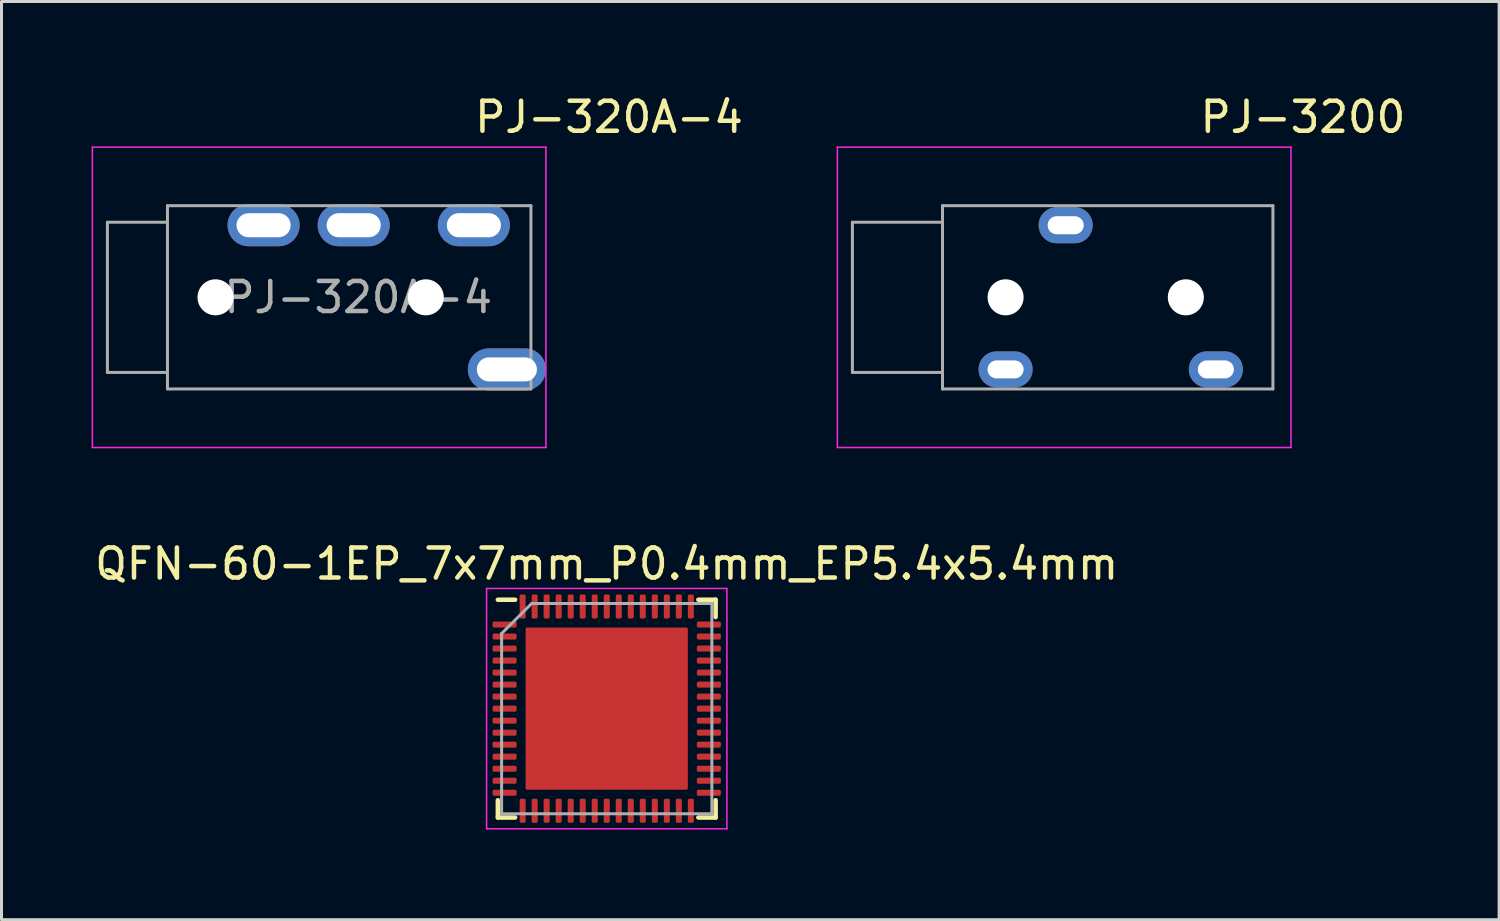
<source format=kicad_pcb>
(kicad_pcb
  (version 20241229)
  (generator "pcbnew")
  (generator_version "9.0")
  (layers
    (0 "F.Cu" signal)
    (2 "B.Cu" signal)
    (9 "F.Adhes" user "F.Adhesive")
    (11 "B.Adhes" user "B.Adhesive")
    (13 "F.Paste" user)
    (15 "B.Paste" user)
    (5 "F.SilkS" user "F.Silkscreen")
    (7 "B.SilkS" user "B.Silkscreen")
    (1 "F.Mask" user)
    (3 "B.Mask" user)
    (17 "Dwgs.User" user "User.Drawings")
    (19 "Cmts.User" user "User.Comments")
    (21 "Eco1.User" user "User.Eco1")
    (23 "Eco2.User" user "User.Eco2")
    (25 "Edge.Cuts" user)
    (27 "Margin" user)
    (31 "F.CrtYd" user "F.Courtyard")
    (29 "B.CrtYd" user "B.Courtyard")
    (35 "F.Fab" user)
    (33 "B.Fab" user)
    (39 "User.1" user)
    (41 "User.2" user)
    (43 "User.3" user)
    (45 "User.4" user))
  (footprint "PJ-320A-4"
    (layer "F.Cu")
    (at 8.875 6.848)
    (property "Reference" "PJ-320A-4" (at 8.35 -6 0) (unlocked yes) (layer "F.SilkS") (effects (font (size 1 1) (thickness 0.15))))
    (attr smd)
    (fp_line (start -8.85 -5) (end -8.85 5) (stroke (width 0.05) (type solid)) (layer "F.CrtYd"))
    (fp_line (start -8.85 5) (end 6.25 5) (stroke (width 0.05) (type solid)) (layer "F.CrtYd"))
    (fp_line (start 6.25 -5) (end -8.85 -5) (stroke (width 0.05) (type solid)) (layer "F.CrtYd"))
    (fp_line (start 6.25 5) (end 6.25 -5) (stroke (width 0.05) (type solid)) (layer "F.CrtYd"))
    (fp_line (start -8.35 -2.5) (end -6.35 -2.5) (stroke (width 0.1) (type solid)) (layer "F.Fab"))
    (fp_line (start -8.35 2.5) (end -8.35 -2.5) (stroke (width 0.1) (type solid)) (layer "F.Fab"))
    (fp_line (start -6.35 -3.05) (end 5.75 -3.05) (stroke (width 0.1) (type solid)) (layer "F.Fab"))
    (fp_line (start -6.35 2.5) (end -8.35 2.5) (stroke (width 0.1) (type solid)) (layer "F.Fab"))
    (fp_line (start -6.35 3.05) (end -6.35 -3.05) (stroke (width 0.1) (type solid)) (layer "F.Fab"))
    (fp_line (start 5.75 -3.05) (end 5.75 3.05) (stroke (width 0.1) (type solid)) (layer "F.Fab"))
    (fp_line (start 5.75 3.05) (end -6.35 3.05) (stroke (width 0.1) (type solid)) (layer "F.Fab"))
    (fp_text user "${REFERENCE}" (at 0 0 0) (unlocked yes) (layer "F.Fab") (effects (font (size 1 1) (thickness 0.15))))
    (pad "" np_thru_hole circle (at -4.75 0) (size 1.2 1.2) (drill 1.2) (layers "*.Cu" "*.Mask"))
    (pad "" np_thru_hole circle (at 2.25 0) (size 1.2 1.2) (drill 1.2) (layers "*.Cu" "*.Mask"))
    (pad "R1" thru_hole oval (at -0.15 -2.4) (size 2.4 1.4) (drill oval 1.8 0.8) (layers "*.Cu" "*.Mask"))
    (pad "R2" thru_hole oval (at -3.15 -2.4) (size 2.4 1.4) (drill oval 1.8 0.8) (layers "*.Cu" "*.Mask"))
    (pad "S" thru_hole oval (at 4.95 2.4) (size 2.6 1.4) (drill oval 2 0.8) (layers "*.Cu" "*.Mask"))
    (pad "T" thru_hole oval (at 3.85 -2.4) (size 2.4 1.4) (drill oval 1.8 0.8) (layers "*.Cu" "*.Mask")))
  (footprint "QFN-60-1EP_7x7mm_P0.4mm_EP5.4x5.4mm"
    (layer "F.Cu")
    (at 17.149 20.541)
    (property "Reference" "QFN-60-1EP_7x7mm_P0.4mm_EP5.4x5.4mm" (at 0 -4.82 0) (layer "F.SilkS") (effects (font (size 1 1) (thickness 0.15))))
    (attr smd)
    (fp_line (start -3.625 3.625) (end -3.625 3.05) (stroke (width 0.15) (type solid)) (layer "F.SilkS"))
    (fp_line (start -3.05 -3.625) (end -3.625 -3.625) (stroke (width 0.15) (type solid)) (layer "F.SilkS"))
    (fp_line (start -3.05 3.625) (end -3.625 3.625) (stroke (width 0.15) (type solid)) (layer "F.SilkS"))
    (fp_line (start 3.05 -3.625) (end 3.625 -3.625) (stroke (width 0.15) (type solid)) (layer "F.SilkS"))
    (fp_line (start 3.05 3.625) (end 3.625 3.625) (stroke (width 0.15) (type solid)) (layer "F.SilkS"))
    (fp_line (start 3.625 -3.625) (end 3.625 -3.05) (stroke (width 0.15) (type solid)) (layer "F.SilkS"))
    (fp_line (start 3.625 3.625) (end 3.625 3.05) (stroke (width 0.15) (type solid)) (layer "F.SilkS"))
    (fp_line (start -4 -4) (end -4 4) (stroke (width 0.05) (type solid)) (layer "F.CrtYd"))
    (fp_line (start -4 4) (end 4 4) (stroke (width 0.05) (type solid)) (layer "F.CrtYd"))
    (fp_line (start 4 -4) (end -4 -4) (stroke (width 0.05) (type solid)) (layer "F.CrtYd"))
    (fp_line (start 4 4) (end 4 -4) (stroke (width 0.05) (type solid)) (layer "F.CrtYd"))
    (fp_line (start -3.5 -2.5) (end -2.5 -3.5) (stroke (width 0.1) (type solid)) (layer "F.Fab"))
    (fp_line (start -3.5 3.5) (end -3.5 -2.5) (stroke (width 0.1) (type solid)) (layer "F.Fab"))
    (fp_line (start -2.5 -3.5) (end 3.5 -3.5) (stroke (width 0.1) (type solid)) (layer "F.Fab"))
    (fp_line (start 3.5 -3.5) (end 3.5 3.5) (stroke (width 0.1) (type solid)) (layer "F.Fab"))
    (fp_line (start 3.5 3.5) (end -3.5 3.5) (stroke (width 0.1) (type solid)) (layer "F.Fab"))
    (pad "" smd roundrect (at -1.8 -1.8) (size 1.5 1.5) (layers "F.Paste") (roundrect_rratio 0.2))
    (pad "" smd roundrect (at -1.8 0) (size 1.5 1.5) (layers "F.Paste") (roundrect_rratio 0.2))
    (pad "" smd roundrect (at -1.8 1.8) (size 1.5 1.5) (layers "F.Paste") (roundrect_rratio 0.2))
    (pad "" smd roundrect (at 0 -1.8) (size 1.5 1.5) (layers "F.Paste") (roundrect_rratio 0.2))
    (pad "" smd roundrect (at 0 0) (size 1.5 1.5) (layers "F.Paste") (roundrect_rratio 0.2))
    (pad "" smd roundrect (at 0 1.8) (size 1.5 1.5) (layers "F.Paste") (roundrect_rratio 0.2))
    (pad "" smd roundrect (at 1.8 -1.8) (size 1.5 1.5) (layers "F.Paste") (roundrect_rratio 0.2))
    (pad "" smd roundrect (at 1.8 0) (size 1.5 1.5) (layers "F.Paste") (roundrect_rratio 0.2))
    (pad "" smd roundrect (at 1.8 1.8) (size 1.5 1.5) (layers "F.Paste") (roundrect_rratio 0.2))
    (pad "1" smd roundrect (at -3.4 -2.8) (size 0.8 0.2) (layers "F.Cu" "F.Mask" "F.Paste") (roundrect_rratio 0.25))
    (pad "2" smd roundrect (at -3.4 -2.4) (size 0.8 0.2) (layers "F.Cu" "F.Mask" "F.Paste") (roundrect_rratio 0.25))
    (pad "3" smd roundrect (at -3.4 -2) (size 0.8 0.2) (layers "F.Cu" "F.Mask" "F.Paste") (roundrect_rratio 0.25))
    (pad "4" smd roundrect (at -3.4 -1.6) (size 0.8 0.2) (layers "F.Cu" "F.Mask" "F.Paste") (roundrect_rratio 0.25))
    (pad "5" smd roundrect (at -3.4 -1.2) (size 0.8 0.2) (layers "F.Cu" "F.Mask" "F.Paste") (roundrect_rratio 0.25))
    (pad "6" smd roundrect (at -3.4 -0.8) (size 0.8 0.2) (layers "F.Cu" "F.Mask" "F.Paste") (roundrect_rratio 0.25))
    (pad "7" smd roundrect (at -3.4 -0.4) (size 0.8 0.2) (layers "F.Cu" "F.Mask" "F.Paste") (roundrect_rratio 0.25))
    (pad "8" smd roundrect (at -3.4 0) (size 0.8 0.2) (layers "F.Cu" "F.Mask" "F.Paste") (roundrect_rratio 0.25))
    (pad "9" smd roundrect (at -3.4 0.4) (size 0.8 0.2) (layers "F.Cu" "F.Mask" "F.Paste") (roundrect_rratio 0.25))
    (pad "10" smd roundrect (at -3.4 0.8) (size 0.8 0.2) (layers "F.Cu" "F.Mask" "F.Paste") (roundrect_rratio 0.25))
    (pad "11" smd roundrect (at -3.4 1.2) (size 0.8 0.2) (layers "F.Cu" "F.Mask" "F.Paste") (roundrect_rratio 0.25))
    (pad "12" smd roundrect (at -3.4 1.6) (size 0.8 0.2) (layers "F.Cu" "F.Mask" "F.Paste") (roundrect_rratio 0.25))
    (pad "13" smd roundrect (at -3.4 2) (size 0.8 0.2) (layers "F.Cu" "F.Mask" "F.Paste") (roundrect_rratio 0.25))
    (pad "14" smd roundrect (at -3.4 2.4) (size 0.8 0.2) (layers "F.Cu" "F.Mask" "F.Paste") (roundrect_rratio 0.25))
    (pad "15" smd roundrect (at -3.4 2.8) (size 0.8 0.2) (layers "F.Cu" "F.Mask" "F.Paste") (roundrect_rratio 0.25))
    (pad "16" smd roundrect (at -2.8 3.4 90) (size 0.8 0.2) (layers "F.Cu" "F.Mask" "F.Paste") (roundrect_rratio 0.25))
    (pad "17" smd roundrect (at -2.4 3.4 90) (size 0.8 0.2) (layers "F.Cu" "F.Mask" "F.Paste") (roundrect_rratio 0.25))
    (pad "18" smd roundrect (at -2 3.4 90) (size 0.8 0.2) (layers "F.Cu" "F.Mask" "F.Paste") (roundrect_rratio 0.25))
    (pad "19" smd roundrect (at -1.6 3.4 90) (size 0.8 0.2) (layers "F.Cu" "F.Mask" "F.Paste") (roundrect_rratio 0.25))
    (pad "20" smd roundrect (at -1.2 3.4 90) (size 0.8 0.2) (layers "F.Cu" "F.Mask" "F.Paste") (roundrect_rratio 0.25))
    (pad "21" smd roundrect (at -0.8 3.4 90) (size 0.8 0.2) (layers "F.Cu" "F.Mask" "F.Paste") (roundrect_rratio 0.25))
    (pad "22" smd roundrect (at -0.4 3.4 90) (size 0.8 0.2) (layers "F.Cu" "F.Mask" "F.Paste") (roundrect_rratio 0.25))
    (pad "23" smd roundrect (at 0 3.4 90) (size 0.8 0.2) (layers "F.Cu" "F.Mask" "F.Paste") (roundrect_rratio 0.25))
    (pad "24" smd roundrect (at 0.4 3.4 90) (size 0.8 0.2) (layers "F.Cu" "F.Mask" "F.Paste") (roundrect_rratio 0.25))
    (pad "25" smd roundrect (at 0.8 3.4 90) (size 0.8 0.2) (layers "F.Cu" "F.Mask" "F.Paste") (roundrect_rratio 0.25))
    (pad "26" smd roundrect (at 1.2 3.4 90) (size 0.8 0.2) (layers "F.Cu" "F.Mask" "F.Paste") (roundrect_rratio 0.25))
    (pad "27" smd roundrect (at 1.6 3.4 90) (size 0.8 0.2) (layers "F.Cu" "F.Mask" "F.Paste") (roundrect_rratio 0.25))
    (pad "28" smd roundrect (at 2 3.4 90) (size 0.8 0.2) (layers "F.Cu" "F.Mask" "F.Paste") (roundrect_rratio 0.25))
    (pad "29" smd roundrect (at 2.4 3.4 90) (size 0.8 0.2) (layers "F.Cu" "F.Mask" "F.Paste") (roundrect_rratio 0.25))
    (pad "30" smd roundrect (at 2.8 3.4 90) (size 0.8 0.2) (layers "F.Cu" "F.Mask" "F.Paste") (roundrect_rratio 0.25))
    (pad "31" smd roundrect (at 3.4 2.8) (size 0.8 0.2) (layers "F.Cu" "F.Mask" "F.Paste") (roundrect_rratio 0.25))
    (pad "32" smd roundrect (at 3.4 2.4) (size 0.8 0.2) (layers "F.Cu" "F.Mask" "F.Paste") (roundrect_rratio 0.25))
    (pad "33" smd roundrect (at 3.4 2) (size 0.8 0.2) (layers "F.Cu" "F.Mask" "F.Paste") (roundrect_rratio 0.25))
    (pad "34" smd roundrect (at 3.4 1.6) (size 0.8 0.2) (layers "F.Cu" "F.Mask" "F.Paste") (roundrect_rratio 0.25))
    (pad "35" smd roundrect (at 3.4 1.2) (size 0.8 0.2) (layers "F.Cu" "F.Mask" "F.Paste") (roundrect_rratio 0.25))
    (pad "36" smd roundrect (at 3.4 0.8) (size 0.8 0.2) (layers "F.Cu" "F.Mask" "F.Paste") (roundrect_rratio 0.25))
    (pad "37" smd roundrect (at 3.4 0.4) (size 0.8 0.2) (layers "F.Cu" "F.Mask" "F.Paste") (roundrect_rratio 0.25))
    (pad "38" smd roundrect (at 3.4 0) (size 0.8 0.2) (layers "F.Cu" "F.Mask" "F.Paste") (roundrect_rratio 0.25))
    (pad "39" smd roundrect (at 3.4 -0.4) (size 0.8 0.2) (layers "F.Cu" "F.Mask" "F.Paste") (roundrect_rratio 0.25))
    (pad "40" smd roundrect (at 3.4 -0.8) (size 0.8 0.2) (layers "F.Cu" "F.Mask" "F.Paste") (roundrect_rratio 0.25))
    (pad "41" smd roundrect (at 3.4 -1.2) (size 0.8 0.2) (layers "F.Cu" "F.Mask" "F.Paste") (roundrect_rratio 0.25))
    (pad "42" smd roundrect (at 3.4 -1.6) (size 0.8 0.2) (layers "F.Cu" "F.Mask" "F.Paste") (roundrect_rratio 0.25))
    (pad "43" smd roundrect (at 3.4 -2) (size 0.8 0.2) (layers "F.Cu" "F.Mask" "F.Paste") (roundrect_rratio 0.25))
    (pad "44" smd roundrect (at 3.4 -2.4) (size 0.8 0.2) (layers "F.Cu" "F.Mask" "F.Paste") (roundrect_rratio 0.25))
    (pad "45" smd roundrect (at 3.4 -2.8) (size 0.8 0.2) (layers "F.Cu" "F.Mask" "F.Paste") (roundrect_rratio 0.25))
    (pad "46" smd roundrect (at 2.8 -3.4 90) (size 0.8 0.2) (layers "F.Cu" "F.Mask" "F.Paste") (roundrect_rratio 0.25))
    (pad "47" smd roundrect (at 2.4 -3.4 90) (size 0.8 0.2) (layers "F.Cu" "F.Mask" "F.Paste") (roundrect_rratio 0.25))
    (pad "48" smd roundrect (at 2 -3.4 90) (size 0.8 0.2) (layers "F.Cu" "F.Mask" "F.Paste") (roundrect_rratio 0.25))
    (pad "49" smd roundrect (at 1.6 -3.4 90) (size 0.8 0.2) (layers "F.Cu" "F.Mask" "F.Paste") (roundrect_rratio 0.25))
    (pad "50" smd roundrect (at 1.2 -3.4 90) (size 0.8 0.2) (layers "F.Cu" "F.Mask" "F.Paste") (roundrect_rratio 0.25))
    (pad "51" smd roundrect (at 0.8 -3.4 90) (size 0.8 0.2) (layers "F.Cu" "F.Mask" "F.Paste") (roundrect_rratio 0.25))
    (pad "52" smd roundrect (at 0.4 -3.4 90) (size 0.8 0.2) (layers "F.Cu" "F.Mask" "F.Paste") (roundrect_rratio 0.25))
    (pad "53" smd roundrect (at 0 -3.4 90) (size 0.8 0.2) (layers "F.Cu" "F.Mask" "F.Paste") (roundrect_rratio 0.25))
    (pad "54" smd roundrect (at -0.4 -3.4 90) (size 0.8 0.2) (layers "F.Cu" "F.Mask" "F.Paste") (roundrect_rratio 0.25))
    (pad "55" smd roundrect (at -0.8 -3.4 90) (size 0.8 0.2) (layers "F.Cu" "F.Mask" "F.Paste") (roundrect_rratio 0.25))
    (pad "56" smd roundrect (at -1.2 -3.4 90) (size 0.8 0.2) (layers "F.Cu" "F.Mask" "F.Paste") (roundrect_rratio 0.25))
    (pad "57" smd roundrect (at -1.6 -3.4 90) (size 0.8 0.2) (layers "F.Cu" "F.Mask" "F.Paste") (roundrect_rratio 0.25))
    (pad "58" smd roundrect (at -2 -3.4 90) (size 0.8 0.2) (layers "F.Cu" "F.Mask" "F.Paste") (roundrect_rratio 0.25))
    (pad "59" smd roundrect (at -2.4 -3.4 90) (size 0.8 0.2) (layers "F.Cu" "F.Mask" "F.Paste") (roundrect_rratio 0.25))
    (pad "60" smd roundrect (at -2.8 -3.4 90) (size 0.8 0.2) (layers "F.Cu" "F.Mask" "F.Paste") (roundrect_rratio 0.25))
    (pad "61" smd roundrect (at 0 0) (size 5.4 5.4) (layers "F.Cu" "F.Mask") (roundrect_rratio 0.009)))
  (footprint "PJ-3200"
    (layer "F.Cu")
    (at 25.327 6.848)
    (property "Reference" "PJ-3200" (at 15 -6 0) (unlocked yes) (layer "F.SilkS") (effects (font (size 1 1) (thickness 0.15))))
    (attr through_hole)
    (fp_line (start -0.5 -5) (end -0.5 5) (stroke (width 0.05) (type solid)) (layer "F.CrtYd"))
    (fp_line (start -0.5 5) (end 14.6 5) (stroke (width 0.05) (type solid)) (layer "F.CrtYd"))
    (fp_line (start 14.6 -5) (end -0.5 -5) (stroke (width 0.05) (type solid)) (layer "F.CrtYd"))
    (fp_line (start 14.6 5) (end 14.6 -5) (stroke (width 0.05) (type solid)) (layer "F.CrtYd"))
    (fp_line (start 0 -2.5) (end 3 -2.5) (stroke (width 0.1) (type solid)) (layer "F.Fab"))
    (fp_line (start 0 2.5) (end 0 -2.5) (stroke (width 0.1) (type solid)) (layer "F.Fab"))
    (fp_line (start 3 -3.05) (end 14 -3.05) (stroke (width 0.1) (type solid)) (layer "F.Fab"))
    (fp_line (start 3 2.5) (end 0 2.5) (stroke (width 0.1) (type solid)) (layer "F.Fab"))
    (fp_line (start 3 3.05) (end 3 -3.05) (stroke (width 0.1) (type solid)) (layer "F.Fab"))
    (fp_line (start 14 -3.05) (end 14 3.05) (stroke (width 0.1) (type solid)) (layer "F.Fab"))
    (fp_line (start 14 3.05) (end 3 3.05) (stroke (width 0.1) (type solid)) (layer "F.Fab"))
    (pad "" np_thru_hole circle (at 5.1 0) (size 1.2 1.2) (drill 1.2) (layers "*.Cu" "*.Mask"))
    (pad "" np_thru_hole circle (at 11.1 0) (size 1.2 1.2) (drill 1.2) (layers "*.Cu" "*.Mask"))
    (pad "R" thru_hole oval (at 7.1 -2.4) (size 1.8 1.2) (drill oval 1.2 0.6) (layers "*.Cu" "*.Mask"))
    (pad "S" thru_hole oval (at 5.1 2.4) (size 1.8 1.2) (drill oval 1.2 0.6) (layers "*.Cu" "*.Mask"))
    (pad "T" thru_hole oval (at 12.1 2.4) (size 1.8 1.2) (drill oval 1.2 0.6) (layers "*.Cu" "*.Mask")))
  (gr_rect
    (start -3 -3)
    (end 46.857 27.567)
    (stroke (width 0.1) (type default))
    (fill no)
    (layer "Edge.Cuts")))
</source>
